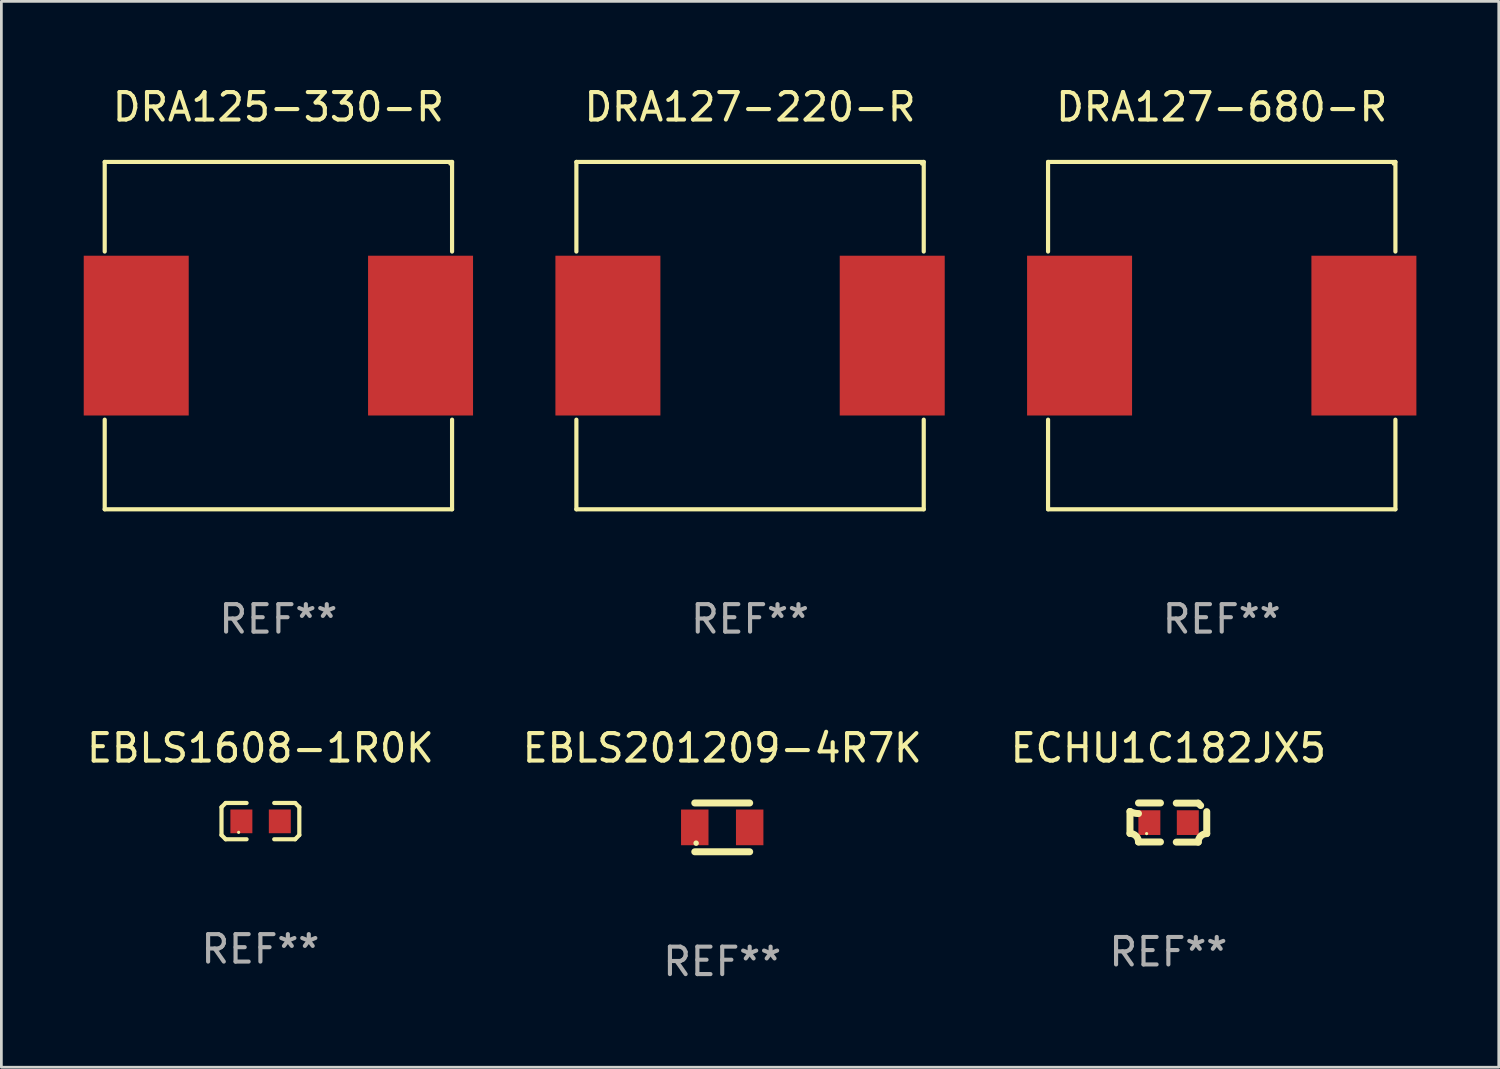
<source format=kicad_pcb>
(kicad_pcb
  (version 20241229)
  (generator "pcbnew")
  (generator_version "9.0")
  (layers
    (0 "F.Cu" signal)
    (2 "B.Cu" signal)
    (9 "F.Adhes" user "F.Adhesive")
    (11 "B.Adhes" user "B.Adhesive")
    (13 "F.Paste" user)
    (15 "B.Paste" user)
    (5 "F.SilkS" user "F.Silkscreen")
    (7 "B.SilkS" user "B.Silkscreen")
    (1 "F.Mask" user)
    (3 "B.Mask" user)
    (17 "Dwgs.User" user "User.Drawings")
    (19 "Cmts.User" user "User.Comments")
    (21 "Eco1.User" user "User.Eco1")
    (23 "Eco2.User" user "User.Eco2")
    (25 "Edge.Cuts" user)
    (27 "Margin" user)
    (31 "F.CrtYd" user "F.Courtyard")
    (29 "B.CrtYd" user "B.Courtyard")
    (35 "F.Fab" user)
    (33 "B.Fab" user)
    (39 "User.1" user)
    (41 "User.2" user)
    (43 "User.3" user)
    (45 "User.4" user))
  (footprint "DRA127-680-R"
    (layer "F.Cu")
    (at 41.45 9.174)
    (property "Reference" "DRA127-680-R" (at 0 -8.326 0) (layer "F.SilkS") (effects (font (size 1 1) (thickness 0.15))))
    (attr through_hole)
    (fp_line (start -6.326 -6.326) (end 6.326 -6.326) (stroke (width 0.152) (type solid)) (layer "F.SilkS"))
    (fp_line (start -6.326 -3.062) (end -6.326 -6.326) (stroke (width 0.152) (type solid)) (layer "F.SilkS"))
    (fp_line (start -6.326 3.062) (end -6.326 6.326) (stroke (width 0.152) (type solid)) (layer "F.SilkS"))
    (fp_line (start -6.326 6.326) (end 6.326 6.326) (stroke (width 0.152) (type solid)) (layer "F.SilkS"))
    (fp_line (start 6.326 -6.326) (end 6.326 -3.062) (stroke (width 0.152) (type solid)) (layer "F.SilkS"))
    (fp_line (start 6.326 6.326) (end 6.326 3.062) (stroke (width 0.152) (type solid)) (layer "F.SilkS"))
    (fp_circle (center 6.25 -6.25) (end 6.28 -6.25) (stroke (width 0.06) (type solid)) (fill no) (layer "F.SilkS"))
    (fp_text user "REF**" (at 0 10.326 0) (layer "F.Fab") (effects (font (size 1 1) (thickness 0.15))))
    (pad "1" smd rect (at 5.178 0) (size 3.824 5.82) (layers "F.Cu" "F.Mask" "F.Paste"))
    (pad "2" smd rect (at -5.178 0) (size 3.824 5.82) (layers "F.Cu" "F.Mask" "F.Paste")))
  (footprint "EBLS1608-1R0K"
    (layer "F.Cu")
    (at 6.435 26.858)
    (property "Reference" "EBLS1608-1R0K" (at 0 -2.661 0) (layer "F.SilkS") (effects (font (size 1 1) (thickness 0.15))))
    (attr through_hole)
    (fp_line (start -1.417 -0.508) (end -1.265 -0.661) (stroke (width 0.152) (type solid)) (layer "F.SilkS"))
    (fp_line (start -1.417 0.508) (end -1.417 -0.508) (stroke (width 0.152) (type solid)) (layer "F.SilkS"))
    (fp_line (start -1.265 -0.661) (end -0.503 -0.661) (stroke (width 0.152) (type solid)) (layer "F.SilkS"))
    (fp_line (start -1.265 0.661) (end -1.417 0.508) (stroke (width 0.152) (type solid)) (layer "F.SilkS"))
    (fp_line (start -1.265 0.661) (end -0.503 0.661) (stroke (width 0.152) (type solid)) (layer "F.SilkS"))
    (fp_line (start 1.265 -0.661) (end 0.503 -0.661) (stroke (width 0.152) (type solid)) (layer "F.SilkS"))
    (fp_line (start 1.265 -0.661) (end 1.417 -0.508) (stroke (width 0.152) (type solid)) (layer "F.SilkS"))
    (fp_line (start 1.265 0.661) (end 0.503 0.661) (stroke (width 0.152) (type solid)) (layer "F.SilkS"))
    (fp_line (start 1.417 -0.508) (end 1.417 0.508) (stroke (width 0.152) (type solid)) (layer "F.SilkS"))
    (fp_line (start 1.417 0.508) (end 1.265 0.661) (stroke (width 0.152) (type solid)) (layer "F.SilkS"))
    (fp_circle (center -0.793 0.409) (end -0.763 0.409) (stroke (width 0.06) (type solid)) (fill no) (layer "F.SilkS"))
    (fp_text user "REF**" (at 0 4.661 0) (layer "F.Fab") (effects (font (size 1 1) (thickness 0.15))))
    (pad "1" smd rect (at -0.693 0.009 180) (size 0.8 0.864) (layers "F.Cu" "F.Mask" "F.Paste"))
    (pad "2" smd rect (at 0.707 0.009 180) (size 0.8 0.864) (layers "F.Cu" "F.Mask" "F.Paste")))
  (footprint "EBLS201209-4R7K"
    (layer "F.Cu")
    (at 23.256 27.086)
    (property "Reference" "EBLS201209-4R7K" (at 0 -2.889 0) (layer "F.SilkS") (effects (font (size 1 1) (thickness 0.15))))
    (attr through_hole)
    (fp_line (start -1 -0.889) (end 1 -0.889) (stroke (width 0.254) (type solid)) (layer "F.SilkS"))
    (fp_line (start -1 0.889) (end 1 0.889) (stroke (width 0.254) (type solid)) (layer "F.SilkS"))
    (fp_circle (center -0.95 0.575) (end -0.9 0.575) (stroke (width 0.1) (type solid)) (fill no) (layer "F.SilkS"))
    (fp_text user "REF**" (at 0 4.889 0) (layer "F.Fab") (effects (font (size 1 1) (thickness 0.15))))
    (pad "1" smd rect (at -1 0) (size 1 1.3) (layers "F.Cu" "F.Mask" "F.Paste"))
    (pad "2" smd rect (at 1 0) (size 1 1.3) (layers "F.Cu" "F.Mask" "F.Paste")))
  (footprint "DRA127-220-R"
    (layer "F.Cu")
    (at 24.27 9.174)
    (property "Reference" "DRA127-220-R" (at 0 -8.326 0) (layer "F.SilkS") (effects (font (size 1 1) (thickness 0.15))))
    (attr through_hole)
    (fp_line (start -6.326 -6.326) (end 6.326 -6.326) (stroke (width 0.152) (type solid)) (layer "F.SilkS"))
    (fp_line (start -6.326 -3.062) (end -6.326 -6.326) (stroke (width 0.152) (type solid)) (layer "F.SilkS"))
    (fp_line (start -6.326 3.062) (end -6.326 6.326) (stroke (width 0.152) (type solid)) (layer "F.SilkS"))
    (fp_line (start -6.326 6.326) (end 6.326 6.326) (stroke (width 0.152) (type solid)) (layer "F.SilkS"))
    (fp_line (start 6.326 -6.326) (end 6.326 -3.062) (stroke (width 0.152) (type solid)) (layer "F.SilkS"))
    (fp_line (start 6.326 6.326) (end 6.326 3.062) (stroke (width 0.152) (type solid)) (layer "F.SilkS"))
    (fp_circle (center 6.25 -6.25) (end 6.28 -6.25) (stroke (width 0.06) (type solid)) (fill no) (layer "F.SilkS"))
    (fp_text user "REF**" (at 0 10.326 0) (layer "F.Fab") (effects (font (size 1 1) (thickness 0.15))))
    (pad "1" smd rect (at 5.178 0) (size 3.824 5.82) (layers "F.Cu" "F.Mask" "F.Paste"))
    (pad "2" smd rect (at -5.178 0) (size 3.824 5.82) (layers "F.Cu" "F.Mask" "F.Paste")))
  (footprint "DRA125-330-R"
    (layer "F.Cu")
    (at 7.09 9.174)
    (property "Reference" "DRA125-330-R" (at 0 -8.326 0) (layer "F.SilkS") (effects (font (size 1 1) (thickness 0.15))))
    (attr through_hole)
    (fp_line (start -6.326 -6.326) (end 6.326 -6.326) (stroke (width 0.152) (type solid)) (layer "F.SilkS"))
    (fp_line (start -6.326 -3.062) (end -6.326 -6.326) (stroke (width 0.152) (type solid)) (layer "F.SilkS"))
    (fp_line (start -6.326 3.062) (end -6.326 6.326) (stroke (width 0.152) (type solid)) (layer "F.SilkS"))
    (fp_line (start -6.326 6.326) (end 6.326 6.326) (stroke (width 0.152) (type solid)) (layer "F.SilkS"))
    (fp_line (start 6.326 -6.326) (end 6.326 -3.062) (stroke (width 0.152) (type solid)) (layer "F.SilkS"))
    (fp_line (start 6.326 6.326) (end 6.326 3.062) (stroke (width 0.152) (type solid)) (layer "F.SilkS"))
    (fp_circle (center 6.25 -6.25) (end 6.28 -6.25) (stroke (width 0.06) (type solid)) (fill no) (layer "F.SilkS"))
    (fp_text user "REF**" (at 0 10.326 0) (layer "F.Fab") (effects (font (size 1 1) (thickness 0.15))))
    (pad "1" smd rect (at 5.178 0) (size 3.824 5.82) (layers "F.Cu" "F.Mask" "F.Paste"))
    (pad "2" smd rect (at -5.178 0) (size 3.824 5.82) (layers "F.Cu" "F.Mask" "F.Paste")))
  (footprint "ECHU1C182JX5"
    (layer "F.Cu")
    (at 39.506 26.91)
    (property "Reference" "ECHU1C182JX5" (at 0 -2.713 0) (layer "F.SilkS") (effects (font (size 1 1) (thickness 0.15))))
    (attr through_hole)
    (fp_line (start -1.398 -0.403) (end -1.398 0.397) (stroke (width 0.254) (type solid)) (layer "F.SilkS"))
    (fp_line (start -0.288 -0.713) (end -1.088 -0.713) (stroke (width 0.254) (type solid)) (layer "F.SilkS"))
    (fp_line (start -0.288 0.707) (end -1.088 0.707) (stroke (width 0.254) (type solid)) (layer "F.SilkS"))
    (fp_line (start 0.288 -0.707) (end 1.088 -0.707) (stroke (width 0.254) (type solid)) (layer "F.SilkS"))
    (fp_line (start 0.288 0.713) (end 1.088 0.713) (stroke (width 0.254) (type solid)) (layer "F.SilkS"))
    (fp_line (start 1.398 -0.397) (end 1.398 0.403) (stroke (width 0.254) (type solid)) (layer "F.SilkS"))
    (fp_arc (start -1.397789 0.397066) (mid -1.178701 0.487826) (end -1.08796 0.706922) (stroke (width 0.254001) (type solid)) (layer "F.SilkS"))
    (fp_arc (start -1.08796 -0.327176) (mid -1.247436 -0.346384) (end -1.39779 -0.402908) (stroke (width 0.254001) (type solid)) (layer "F.SilkS"))
    (fp_arc (start 1.087909 0.712738) (mid 1.178656 0.493655) (end 1.397739 0.402908) (stroke (width 0.254001) (type solid)) (layer "F.SilkS"))
    (fp_arc (start 1.175925 -0.618926) (mid 1.131917 -0.662923) (end 1.08791 -0.706922) (stroke (width 0.254001) (type solid)) (layer "F.SilkS"))
    (fp_circle (center -0.792 0.403) (end -0.762 0.403) (stroke (width 0.06) (type solid)) (fill no) (layer "F.SilkS"))
    (fp_text user "REF**" (at 0 4.713 0) (layer "F.Fab") (effects (font (size 1 1) (thickness 0.15))))
    (pad "1" smd rect (at -0.692 0.003) (size 0.8 0.9) (layers "F.Cu" "F.Mask" "F.Paste"))
    (pad "2" smd rect (at 0.708 0.003) (size 0.8 0.9) (layers "F.Cu" "F.Mask" "F.Paste")))
  (gr_rect
    (start -3 -3)
    (end 51.54 35.823)
    (stroke (width 0.1) (type default))
    (fill no)
    (layer "Edge.Cuts")))
</source>
